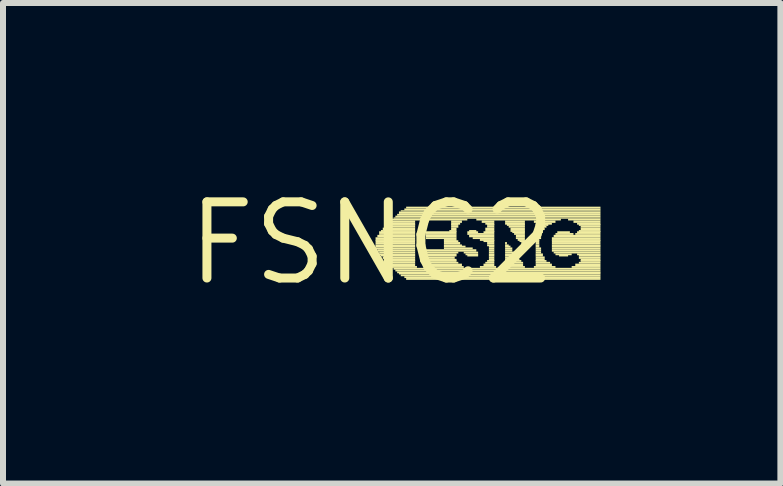
<source format=kicad_pcb>
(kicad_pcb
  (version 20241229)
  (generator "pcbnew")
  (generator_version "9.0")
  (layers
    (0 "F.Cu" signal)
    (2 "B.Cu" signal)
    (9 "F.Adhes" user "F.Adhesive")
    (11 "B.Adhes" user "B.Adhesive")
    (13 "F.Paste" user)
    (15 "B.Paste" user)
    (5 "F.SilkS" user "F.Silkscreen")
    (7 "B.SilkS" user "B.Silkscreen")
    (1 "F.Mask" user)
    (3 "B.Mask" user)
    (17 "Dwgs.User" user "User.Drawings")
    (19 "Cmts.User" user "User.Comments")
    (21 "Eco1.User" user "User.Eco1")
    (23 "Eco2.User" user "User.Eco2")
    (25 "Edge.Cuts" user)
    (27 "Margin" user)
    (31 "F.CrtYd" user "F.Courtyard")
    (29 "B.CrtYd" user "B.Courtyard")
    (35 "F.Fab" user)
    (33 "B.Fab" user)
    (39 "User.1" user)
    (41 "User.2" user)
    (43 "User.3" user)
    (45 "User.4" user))
  (footprint "FSNC2"
    (layer "F.Cu")
    (at 3.152 1.006)
    (property "Reference" "FSNC2" (at 0 0 0) (layer "F.SilkS") (effects (font (size 1.27 1.27) (thickness 0.15))))
    (attr through_hole)
    (fp_poly (pts (xy 0.06 -0.07) (xy 0.72 -0.07) (xy 0.72 -0.1) (xy 0.06 -0.1)) (stroke (width 0) (type solid)) (fill yes) (layer "F.SilkS"))
    (fp_poly (pts (xy 0.06 -0.04) (xy 0.72 -0.04) (xy 0.72 -0.07) (xy 0.06 -0.07)) (stroke (width 0) (type solid)) (fill yes) (layer "F.SilkS"))
    (fp_poly (pts (xy 0.06 -0.02) (xy 0.72 -0.02) (xy 0.72 -0.05) (xy 0.06 -0.05)) (stroke (width 0) (type solid)) (fill yes) (layer "F.SilkS"))
    (fp_poly (pts (xy 0.06 0.02) (xy 0.72 0.02) (xy 0.72 -0.02) (xy 0.06 -0.02)) (stroke (width 0) (type solid)) (fill yes) (layer "F.SilkS"))
    (fp_poly (pts (xy 0.06 0.05) (xy 0.72 0.05) (xy 0.72 0.02) (xy 0.06 0.02)) (stroke (width 0) (type solid)) (fill yes) (layer "F.SilkS"))
    (fp_poly (pts (xy 0.06 0.07) (xy 0.72 0.07) (xy 0.72 0.04) (xy 0.06 0.04)) (stroke (width 0) (type solid)) (fill yes) (layer "F.SilkS"))
    (fp_poly (pts (xy 0.06 0.1) (xy 0.72 0.1) (xy 0.72 0.07) (xy 0.06 0.07)) (stroke (width 0) (type solid)) (fill yes) (layer "F.SilkS"))
    (fp_poly (pts (xy 0.09 -0.1) (xy 0.72 -0.1) (xy 0.72 -0.14) (xy 0.09 -0.14)) (stroke (width 0) (type solid)) (fill yes) (layer "F.SilkS"))
    (fp_poly (pts (xy 0.09 0.14) (xy 0.72 0.14) (xy 0.72 0.1) (xy 0.09 0.1)) (stroke (width 0) (type solid)) (fill yes) (layer "F.SilkS"))
    (fp_poly (pts (xy 0.12 -0.17) (xy 0.72 -0.17) (xy 0.72 -0.2) (xy 0.12 -0.2)) (stroke (width 0) (type solid)) (fill yes) (layer "F.SilkS"))
    (fp_poly (pts (xy 0.12 -0.14) (xy 0.72 -0.14) (xy 0.72 -0.17) (xy 0.12 -0.17)) (stroke (width 0) (type solid)) (fill yes) (layer "F.SilkS"))
    (fp_poly (pts (xy 0.12 0.17) (xy 0.72 0.17) (xy 0.72 0.14) (xy 0.12 0.14)) (stroke (width 0) (type solid)) (fill yes) (layer "F.SilkS"))
    (fp_poly (pts (xy 0.12 0.2) (xy 0.72 0.2) (xy 0.72 0.17) (xy 0.12 0.17)) (stroke (width 0) (type solid)) (fill yes) (layer "F.SilkS"))
    (fp_poly (pts (xy 0.15 -0.19) (xy 0.72 -0.19) (xy 0.72 -0.22) (xy 0.15 -0.22)) (stroke (width 0) (type solid)) (fill yes) (layer "F.SilkS"))
    (fp_poly (pts (xy 0.15 0.22) (xy 0.72 0.22) (xy 0.72 0.19) (xy 0.15 0.19)) (stroke (width 0) (type solid)) (fill yes) (layer "F.SilkS"))
    (fp_poly (pts (xy 0.18 -0.22) (xy 0.72 -0.22) (xy 0.72 -0.26) (xy 0.18 -0.26)) (stroke (width 0) (type solid)) (fill yes) (layer "F.SilkS"))
    (fp_poly (pts (xy 0.18 0.26) (xy 0.72 0.26) (xy 0.72 0.22) (xy 0.18 0.22)) (stroke (width 0) (type solid)) (fill yes) (layer "F.SilkS"))
    (fp_poly (pts (xy 0.21 -0.26) (xy 0.72 -0.26) (xy 0.72 -0.29) (xy 0.21 -0.29)) (stroke (width 0) (type solid)) (fill yes) (layer "F.SilkS"))
    (fp_poly (pts (xy 0.21 0.29) (xy 0.72 0.29) (xy 0.72 0.26) (xy 0.21 0.26)) (stroke (width 0) (type solid)) (fill yes) (layer "F.SilkS"))
    (fp_poly (pts (xy 0.24 -0.29) (xy 0.72 -0.29) (xy 0.72 -0.32) (xy 0.24 -0.32)) (stroke (width 0) (type solid)) (fill yes) (layer "F.SilkS"))
    (fp_poly (pts (xy 0.24 0.31) (xy 0.72 0.31) (xy 0.72 0.28) (xy 0.24 0.28)) (stroke (width 0) (type solid)) (fill yes) (layer "F.SilkS"))
    (fp_poly (pts (xy 0.27 -0.31) (xy 0.72 -0.31) (xy 0.72 -0.34) (xy 0.27 -0.34)) (stroke (width 0) (type solid)) (fill yes) (layer "F.SilkS"))
    (fp_poly (pts (xy 0.27 0.34) (xy 0.72 0.34) (xy 0.72 0.31) (xy 0.27 0.31)) (stroke (width 0) (type solid)) (fill yes) (layer "F.SilkS"))
    (fp_poly (pts (xy 0.3 -0.34) (xy 0.72 -0.34) (xy 0.72 -0.38) (xy 0.3 -0.38)) (stroke (width 0) (type solid)) (fill yes) (layer "F.SilkS"))
    (fp_poly (pts (xy 0.3 0.38) (xy 0.72 0.38) (xy 0.72 0.34) (xy 0.3 0.34)) (stroke (width 0) (type solid)) (fill yes) (layer "F.SilkS"))
    (fp_poly (pts (xy 0.33 -0.38) (xy 1.59 -0.38) (xy 1.59 -0.41) (xy 0.33 -0.41)) (stroke (width 0) (type solid)) (fill yes) (layer "F.SilkS"))
    (fp_poly (pts (xy 0.33 0.41) (xy 0.75 0.41) (xy 0.75 0.38) (xy 0.33 0.38)) (stroke (width 0) (type solid)) (fill yes) (layer "F.SilkS"))
    (fp_poly (pts (xy 0.36 -0.41) (xy 3.81 -0.41) (xy 3.81 -0.43) (xy 0.36 -0.43)) (stroke (width 0) (type solid)) (fill yes) (layer "F.SilkS"))
    (fp_poly (pts (xy 0.36 0.44) (xy 3.81 0.44) (xy 3.81 0.41) (xy 0.36 0.41)) (stroke (width 0) (type solid)) (fill yes) (layer "F.SilkS"))
    (fp_poly (pts (xy 0.39 -0.43) (xy 3.81 -0.43) (xy 3.81 -0.46) (xy 0.39 -0.46)) (stroke (width 0) (type solid)) (fill yes) (layer "F.SilkS"))
    (fp_poly (pts (xy 0.39 0.47) (xy 3.81 0.47) (xy 3.81 0.44) (xy 0.39 0.44)) (stroke (width 0) (type solid)) (fill yes) (layer "F.SilkS"))
    (fp_poly (pts (xy 0.42 -0.46) (xy 3.81 -0.46) (xy 3.81 -0.49) (xy 0.42 -0.49)) (stroke (width 0) (type solid)) (fill yes) (layer "F.SilkS"))
    (fp_poly (pts (xy 0.42 0.5) (xy 3.81 0.5) (xy 3.81 0.47) (xy 0.42 0.47)) (stroke (width 0) (type solid)) (fill yes) (layer "F.SilkS"))
    (fp_poly (pts (xy 0.45 -0.49) (xy 3.81 -0.49) (xy 3.81 -0.53) (xy 0.45 -0.53)) (stroke (width 0) (type solid)) (fill yes) (layer "F.SilkS"))
    (fp_poly (pts (xy 0.45 0.52) (xy 3.81 0.52) (xy 3.81 0.49) (xy 0.45 0.49)) (stroke (width 0) (type solid)) (fill yes) (layer "F.SilkS"))
    (fp_poly (pts (xy 0.48 -0.53) (xy 3.81 -0.53) (xy 3.81 -0.55) (xy 0.48 -0.55)) (stroke (width 0) (type solid)) (fill yes) (layer "F.SilkS"))
    (fp_poly (pts (xy 0.48 0.55) (xy 3.81 0.55) (xy 3.81 0.52) (xy 0.48 0.52)) (stroke (width 0) (type solid)) (fill yes) (layer "F.SilkS"))
    (fp_poly (pts (xy 0.54 -0.55) (xy 3.81 -0.55) (xy 3.81 -0.58) (xy 0.54 -0.58)) (stroke (width 0) (type solid)) (fill yes) (layer "F.SilkS"))
    (fp_poly (pts (xy 0.54 0.58) (xy 3.81 0.58) (xy 3.81 0.55) (xy 0.54 0.55)) (stroke (width 0) (type solid)) (fill yes) (layer "F.SilkS"))
    (fp_poly (pts (xy 0.57 -0.58) (xy 3.81 -0.58) (xy 3.81 -0.61) (xy 0.57 -0.61)) (stroke (width 0) (type solid)) (fill yes) (layer "F.SilkS"))
    (fp_poly (pts (xy 0.57 0.61) (xy 3.81 0.61) (xy 3.81 0.58) (xy 0.57 0.58)) (stroke (width 0) (type solid)) (fill yes) (layer "F.SilkS"))
    (fp_poly (pts (xy 0.87 0.41) (xy 1.53 0.41) (xy 1.53 0.38) (xy 0.87 0.38)) (stroke (width 0) (type solid)) (fill yes) (layer "F.SilkS"))
    (fp_poly (pts (xy 0.9 -0.17) (xy 1.41 -0.17) (xy 1.41 -0.2) (xy 0.9 -0.2)) (stroke (width 0) (type solid)) (fill yes) (layer "F.SilkS"))
    (fp_poly (pts (xy 0.9 -0.14) (xy 1.41 -0.14) (xy 1.41 -0.17) (xy 0.9 -0.17)) (stroke (width 0) (type solid)) (fill yes) (layer "F.SilkS"))
    (fp_poly (pts (xy 0.9 -0.1) (xy 1.41 -0.1) (xy 1.41 -0.14) (xy 0.9 -0.14)) (stroke (width 0) (type solid)) (fill yes) (layer "F.SilkS"))
    (fp_poly (pts (xy 0.9 -0.07) (xy 1.41 -0.07) (xy 1.41 -0.1) (xy 0.9 -0.1)) (stroke (width 0) (type solid)) (fill yes) (layer "F.SilkS"))
    (fp_poly (pts (xy 0.9 0.14) (xy 1.74 0.14) (xy 1.74 0.1) (xy 0.9 0.1)) (stroke (width 0) (type solid)) (fill yes) (layer "F.SilkS"))
    (fp_poly (pts (xy 0.9 0.17) (xy 1.44 0.17) (xy 1.44 0.14) (xy 0.9 0.14)) (stroke (width 0) (type solid)) (fill yes) (layer "F.SilkS"))
    (fp_poly (pts (xy 0.9 0.2) (xy 1.41 0.2) (xy 1.41 0.17) (xy 0.9 0.17)) (stroke (width 0) (type solid)) (fill yes) (layer "F.SilkS"))
    (fp_poly (pts (xy 0.9 0.22) (xy 1.41 0.22) (xy 1.41 0.19) (xy 0.9 0.19)) (stroke (width 0) (type solid)) (fill yes) (layer "F.SilkS"))
    (fp_poly (pts (xy 0.9 0.26) (xy 1.38 0.26) (xy 1.38 0.22) (xy 0.9 0.22)) (stroke (width 0) (type solid)) (fill yes) (layer "F.SilkS"))
    (fp_poly (pts (xy 0.9 0.29) (xy 1.41 0.29) (xy 1.41 0.26) (xy 0.9 0.26)) (stroke (width 0) (type solid)) (fill yes) (layer "F.SilkS"))
    (fp_poly (pts (xy 0.9 0.31) (xy 1.41 0.31) (xy 1.41 0.28) (xy 0.9 0.28)) (stroke (width 0) (type solid)) (fill yes) (layer "F.SilkS"))
    (fp_poly (pts (xy 0.9 0.34) (xy 1.44 0.34) (xy 1.44 0.31) (xy 0.9 0.31)) (stroke (width 0) (type solid)) (fill yes) (layer "F.SilkS"))
    (fp_poly (pts (xy 0.9 0.38) (xy 1.5 0.38) (xy 1.5 0.34) (xy 0.9 0.34)) (stroke (width 0) (type solid)) (fill yes) (layer "F.SilkS"))
    (fp_poly (pts (xy 1.2 -0.04) (xy 1.41 -0.04) (xy 1.41 -0.07) (xy 1.2 -0.07)) (stroke (width 0) (type solid)) (fill yes) (layer "F.SilkS"))
    (fp_poly (pts (xy 1.2 -0.02) (xy 1.44 -0.02) (xy 1.44 -0.05) (xy 1.2 -0.05)) (stroke (width 0) (type solid)) (fill yes) (layer "F.SilkS"))
    (fp_poly (pts (xy 1.2 0.02) (xy 1.47 0.02) (xy 1.47 -0.02) (xy 1.2 -0.02)) (stroke (width 0) (type solid)) (fill yes) (layer "F.SilkS"))
    (fp_poly (pts (xy 1.2 0.05) (xy 1.5 0.05) (xy 1.5 0.02) (xy 1.2 0.02)) (stroke (width 0) (type solid)) (fill yes) (layer "F.SilkS"))
    (fp_poly (pts (xy 1.2 0.07) (xy 1.56 0.07) (xy 1.56 0.04) (xy 1.2 0.04)) (stroke (width 0) (type solid)) (fill yes) (layer "F.SilkS"))
    (fp_poly (pts (xy 1.2 0.1) (xy 1.68 0.1) (xy 1.68 0.07) (xy 1.2 0.07)) (stroke (width 0) (type solid)) (fill yes) (layer "F.SilkS"))
    (fp_poly (pts (xy 1.29 -0.19) (xy 1.41 -0.19) (xy 1.41 -0.22) (xy 1.29 -0.22)) (stroke (width 0) (type solid)) (fill yes) (layer "F.SilkS"))
    (fp_poly (pts (xy 1.32 -0.34) (xy 1.5 -0.34) (xy 1.5 -0.38) (xy 1.32 -0.38)) (stroke (width 0) (type solid)) (fill yes) (layer "F.SilkS"))
    (fp_poly (pts (xy 1.32 -0.31) (xy 1.47 -0.31) (xy 1.47 -0.34) (xy 1.32 -0.34)) (stroke (width 0) (type solid)) (fill yes) (layer "F.SilkS"))
    (fp_poly (pts (xy 1.32 -0.29) (xy 1.44 -0.29) (xy 1.44 -0.32) (xy 1.32 -0.32)) (stroke (width 0) (type solid)) (fill yes) (layer "F.SilkS"))
    (fp_poly (pts (xy 1.32 -0.26) (xy 1.44 -0.26) (xy 1.44 -0.29) (xy 1.32 -0.29)) (stroke (width 0) (type solid)) (fill yes) (layer "F.SilkS"))
    (fp_poly (pts (xy 1.32 -0.22) (xy 1.41 -0.22) (xy 1.41 -0.26) (xy 1.32 -0.26)) (stroke (width 0) (type solid)) (fill yes) (layer "F.SilkS"))
    (fp_poly (pts (xy 1.53 0.17) (xy 1.77 0.17) (xy 1.77 0.14) (xy 1.53 0.14)) (stroke (width 0) (type solid)) (fill yes) (layer "F.SilkS"))
    (fp_poly (pts (xy 1.56 0.2) (xy 1.77 0.2) (xy 1.77 0.17) (xy 1.56 0.17)) (stroke (width 0) (type solid)) (fill yes) (layer "F.SilkS"))
    (fp_poly (pts (xy 1.59 -0.17) (xy 1.77 -0.17) (xy 1.77 -0.2) (xy 1.59 -0.2)) (stroke (width 0) (type solid)) (fill yes) (layer "F.SilkS"))
    (fp_poly (pts (xy 1.59 -0.14) (xy 2.04 -0.14) (xy 2.04 -0.17) (xy 1.59 -0.17)) (stroke (width 0) (type solid)) (fill yes) (layer "F.SilkS"))
    (fp_poly (pts (xy 1.59 0.22) (xy 1.77 0.22) (xy 1.77 0.19) (xy 1.59 0.19)) (stroke (width 0) (type solid)) (fill yes) (layer "F.SilkS"))
    (fp_poly (pts (xy 1.62 -0.19) (xy 1.74 -0.19) (xy 1.74 -0.22) (xy 1.62 -0.22)) (stroke (width 0) (type solid)) (fill yes) (layer "F.SilkS"))
    (fp_poly (pts (xy 1.62 -0.1) (xy 2.04 -0.1) (xy 2.04 -0.14) (xy 1.62 -0.14)) (stroke (width 0) (type solid)) (fill yes) (layer "F.SilkS"))
    (fp_poly (pts (xy 1.68 -0.07) (xy 2.04 -0.07) (xy 2.04 -0.1) (xy 1.68 -0.1)) (stroke (width 0) (type solid)) (fill yes) (layer "F.SilkS"))
    (fp_poly (pts (xy 1.74 -0.38) (xy 3.15 -0.38) (xy 3.15 -0.41) (xy 1.74 -0.41)) (stroke (width 0) (type solid)) (fill yes) (layer "F.SilkS"))
    (fp_poly (pts (xy 1.8 -0.04) (xy 2.04 -0.04) (xy 2.04 -0.07) (xy 1.8 -0.07)) (stroke (width 0) (type solid)) (fill yes) (layer "F.SilkS"))
    (fp_poly (pts (xy 1.8 0.41) (xy 2.07 0.41) (xy 2.07 0.38) (xy 1.8 0.38)) (stroke (width 0) (type solid)) (fill yes) (layer "F.SilkS"))
    (fp_poly (pts (xy 1.83 -0.34) (xy 2.04 -0.34) (xy 2.04 -0.38) (xy 1.83 -0.38)) (stroke (width 0) (type solid)) (fill yes) (layer "F.SilkS"))
    (fp_poly (pts (xy 1.86 -0.17) (xy 2.04 -0.17) (xy 2.04 -0.2) (xy 1.86 -0.2)) (stroke (width 0) (type solid)) (fill yes) (layer "F.SilkS"))
    (fp_poly (pts (xy 1.86 -0.02) (xy 2.04 -0.02) (xy 2.04 -0.05) (xy 1.86 -0.05)) (stroke (width 0) (type solid)) (fill yes) (layer "F.SilkS"))
    (fp_poly (pts (xy 1.86 0.38) (xy 2.04 0.38) (xy 2.04 0.34) (xy 1.86 0.34)) (stroke (width 0) (type solid)) (fill yes) (layer "F.SilkS"))
    (fp_poly (pts (xy 1.89 -0.31) (xy 2.04 -0.31) (xy 2.04 -0.34) (xy 1.89 -0.34)) (stroke (width 0) (type solid)) (fill yes) (layer "F.SilkS"))
    (fp_poly (pts (xy 1.89 -0.22) (xy 2.04 -0.22) (xy 2.04 -0.26) (xy 1.89 -0.26)) (stroke (width 0) (type solid)) (fill yes) (layer "F.SilkS"))
    (fp_poly (pts (xy 1.89 -0.19) (xy 2.04 -0.19) (xy 2.04 -0.22) (xy 1.89 -0.22)) (stroke (width 0) (type solid)) (fill yes) (layer "F.SilkS"))
    (fp_poly (pts (xy 1.89 0.34) (xy 2.04 0.34) (xy 2.04 0.31) (xy 1.89 0.31)) (stroke (width 0) (type solid)) (fill yes) (layer "F.SilkS"))
    (fp_poly (pts (xy 1.92 -0.29) (xy 2.04 -0.29) (xy 2.04 -0.32) (xy 1.92 -0.32)) (stroke (width 0) (type solid)) (fill yes) (layer "F.SilkS"))
    (fp_poly (pts (xy 1.92 -0.26) (xy 2.04 -0.26) (xy 2.04 -0.29) (xy 1.92 -0.29)) (stroke (width 0) (type solid)) (fill yes) (layer "F.SilkS"))
    (fp_poly (pts (xy 1.92 0.02) (xy 2.04 0.02) (xy 2.04 -0.02) (xy 1.92 -0.02)) (stroke (width 0) (type solid)) (fill yes) (layer "F.SilkS"))
    (fp_poly (pts (xy 1.92 0.05) (xy 2.04 0.05) (xy 2.04 0.02) (xy 1.92 0.02)) (stroke (width 0) (type solid)) (fill yes) (layer "F.SilkS"))
    (fp_poly (pts (xy 1.92 0.31) (xy 2.04 0.31) (xy 2.04 0.28) (xy 1.92 0.28)) (stroke (width 0) (type solid)) (fill yes) (layer "F.SilkS"))
    (fp_poly (pts (xy 1.95 0.07) (xy 2.04 0.07) (xy 2.04 0.04) (xy 1.95 0.04)) (stroke (width 0) (type solid)) (fill yes) (layer "F.SilkS"))
    (fp_poly (pts (xy 1.95 0.1) (xy 2.04 0.1) (xy 2.04 0.07) (xy 1.95 0.07)) (stroke (width 0) (type solid)) (fill yes) (layer "F.SilkS"))
    (fp_poly (pts (xy 1.95 0.14) (xy 2.04 0.14) (xy 2.04 0.1) (xy 1.95 0.1)) (stroke (width 0) (type solid)) (fill yes) (layer "F.SilkS"))
    (fp_poly (pts (xy 1.95 0.17) (xy 2.04 0.17) (xy 2.04 0.14) (xy 1.95 0.14)) (stroke (width 0) (type solid)) (fill yes) (layer "F.SilkS"))
    (fp_poly (pts (xy 1.95 0.2) (xy 2.04 0.2) (xy 2.04 0.17) (xy 1.95 0.17)) (stroke (width 0) (type solid)) (fill yes) (layer "F.SilkS"))
    (fp_poly (pts (xy 1.95 0.22) (xy 2.04 0.22) (xy 2.04 0.19) (xy 1.95 0.19)) (stroke (width 0) (type solid)) (fill yes) (layer "F.SilkS"))
    (fp_poly (pts (xy 1.95 0.26) (xy 2.04 0.26) (xy 2.04 0.22) (xy 1.95 0.22)) (stroke (width 0) (type solid)) (fill yes) (layer "F.SilkS"))
    (fp_poly (pts (xy 1.95 0.29) (xy 2.04 0.29) (xy 2.04 0.26) (xy 1.95 0.26)) (stroke (width 0) (type solid)) (fill yes) (layer "F.SilkS"))
    (fp_poly (pts (xy 2.19 0.41) (xy 2.55 0.41) (xy 2.55 0.38) (xy 2.19 0.38)) (stroke (width 0) (type solid)) (fill yes) (layer "F.SilkS"))
    (fp_poly (pts (xy 2.22 -0.34) (xy 2.55 -0.34) (xy 2.55 -0.38) (xy 2.22 -0.38)) (stroke (width 0) (type solid)) (fill yes) (layer "F.SilkS"))
    (fp_poly (pts (xy 2.22 -0.31) (xy 2.55 -0.31) (xy 2.55 -0.34) (xy 2.22 -0.34)) (stroke (width 0) (type solid)) (fill yes) (layer "F.SilkS"))
    (fp_poly (pts (xy 2.22 0.02) (xy 2.25 0.02) (xy 2.25 -0.02) (xy 2.22 -0.02)) (stroke (width 0) (type solid)) (fill yes) (layer "F.SilkS"))
    (fp_poly (pts (xy 2.22 0.05) (xy 2.28 0.05) (xy 2.28 0.02) (xy 2.22 0.02)) (stroke (width 0) (type solid)) (fill yes) (layer "F.SilkS"))
    (fp_poly (pts (xy 2.22 0.07) (xy 2.31 0.07) (xy 2.31 0.04) (xy 2.22 0.04)) (stroke (width 0) (type solid)) (fill yes) (layer "F.SilkS"))
    (fp_poly (pts (xy 2.22 0.1) (xy 2.34 0.1) (xy 2.34 0.07) (xy 2.22 0.07)) (stroke (width 0) (type solid)) (fill yes) (layer "F.SilkS"))
    (fp_poly (pts (xy 2.22 0.14) (xy 2.34 0.14) (xy 2.34 0.1) (xy 2.22 0.1)) (stroke (width 0) (type solid)) (fill yes) (layer "F.SilkS"))
    (fp_poly (pts (xy 2.22 0.17) (xy 2.37 0.17) (xy 2.37 0.14) (xy 2.22 0.14)) (stroke (width 0) (type solid)) (fill yes) (layer "F.SilkS"))
    (fp_poly (pts (xy 2.22 0.2) (xy 2.4 0.2) (xy 2.4 0.17) (xy 2.22 0.17)) (stroke (width 0) (type solid)) (fill yes) (layer "F.SilkS"))
    (fp_poly (pts (xy 2.22 0.22) (xy 2.43 0.22) (xy 2.43 0.19) (xy 2.22 0.19)) (stroke (width 0) (type solid)) (fill yes) (layer "F.SilkS"))
    (fp_poly (pts (xy 2.22 0.26) (xy 2.43 0.26) (xy 2.43 0.22) (xy 2.22 0.22)) (stroke (width 0) (type solid)) (fill yes) (layer "F.SilkS"))
    (fp_poly (pts (xy 2.22 0.29) (xy 2.46 0.29) (xy 2.46 0.26) (xy 2.22 0.26)) (stroke (width 0) (type solid)) (fill yes) (layer "F.SilkS"))
    (fp_poly (pts (xy 2.22 0.31) (xy 2.49 0.31) (xy 2.49 0.28) (xy 2.22 0.28)) (stroke (width 0) (type solid)) (fill yes) (layer "F.SilkS"))
    (fp_poly (pts (xy 2.22 0.34) (xy 2.52 0.34) (xy 2.52 0.31) (xy 2.22 0.31)) (stroke (width 0) (type solid)) (fill yes) (layer "F.SilkS"))
    (fp_poly (pts (xy 2.22 0.38) (xy 2.52 0.38) (xy 2.52 0.34) (xy 2.22 0.34)) (stroke (width 0) (type solid)) (fill yes) (layer "F.SilkS"))
    (fp_poly (pts (xy 2.25 -0.29) (xy 2.55 -0.29) (xy 2.55 -0.32) (xy 2.25 -0.32)) (stroke (width 0) (type solid)) (fill yes) (layer "F.SilkS"))
    (fp_poly (pts (xy 2.28 -0.26) (xy 2.55 -0.26) (xy 2.55 -0.29) (xy 2.28 -0.29)) (stroke (width 0) (type solid)) (fill yes) (layer "F.SilkS"))
    (fp_poly (pts (xy 2.31 -0.22) (xy 2.55 -0.22) (xy 2.55 -0.26) (xy 2.31 -0.26)) (stroke (width 0) (type solid)) (fill yes) (layer "F.SilkS"))
    (fp_poly (pts (xy 2.31 -0.19) (xy 2.55 -0.19) (xy 2.55 -0.22) (xy 2.31 -0.22)) (stroke (width 0) (type solid)) (fill yes) (layer "F.SilkS"))
    (fp_poly (pts (xy 2.34 -0.17) (xy 2.55 -0.17) (xy 2.55 -0.2) (xy 2.34 -0.2)) (stroke (width 0) (type solid)) (fill yes) (layer "F.SilkS"))
    (fp_poly (pts (xy 2.37 -0.14) (xy 2.55 -0.14) (xy 2.55 -0.17) (xy 2.37 -0.17)) (stroke (width 0) (type solid)) (fill yes) (layer "F.SilkS"))
    (fp_poly (pts (xy 2.4 -0.1) (xy 2.55 -0.1) (xy 2.55 -0.14) (xy 2.4 -0.14)) (stroke (width 0) (type solid)) (fill yes) (layer "F.SilkS"))
    (fp_poly (pts (xy 2.4 -0.07) (xy 2.55 -0.07) (xy 2.55 -0.1) (xy 2.4 -0.1)) (stroke (width 0) (type solid)) (fill yes) (layer "F.SilkS"))
    (fp_poly (pts (xy 2.43 -0.04) (xy 2.55 -0.04) (xy 2.55 -0.07) (xy 2.43 -0.07)) (stroke (width 0) (type solid)) (fill yes) (layer "F.SilkS"))
    (fp_poly (pts (xy 2.46 -0.02) (xy 2.55 -0.02) (xy 2.55 -0.05) (xy 2.46 -0.05)) (stroke (width 0) (type solid)) (fill yes) (layer "F.SilkS"))
    (fp_poly (pts (xy 2.49 0.02) (xy 2.55 0.02) (xy 2.55 -0.02) (xy 2.49 -0.02)) (stroke (width 0) (type solid)) (fill yes) (layer "F.SilkS"))
    (fp_poly (pts (xy 2.49 0.05) (xy 2.55 0.05) (xy 2.55 0.02) (xy 2.49 0.02)) (stroke (width 0) (type solid)) (fill yes) (layer "F.SilkS"))
    (fp_poly (pts (xy 2.7 -0.34) (xy 3.06 -0.34) (xy 3.06 -0.38) (xy 2.7 -0.38)) (stroke (width 0) (type solid)) (fill yes) (layer "F.SilkS"))
    (fp_poly (pts (xy 2.7 0.41) (xy 3.06 0.41) (xy 3.06 0.38) (xy 2.7 0.38)) (stroke (width 0) (type solid)) (fill yes) (layer "F.SilkS"))
    (fp_poly (pts (xy 2.73 -0.31) (xy 3 -0.31) (xy 3 -0.34) (xy 2.73 -0.34)) (stroke (width 0) (type solid)) (fill yes) (layer "F.SilkS"))
    (fp_poly (pts (xy 2.73 -0.29) (xy 2.94 -0.29) (xy 2.94 -0.32) (xy 2.73 -0.32)) (stroke (width 0) (type solid)) (fill yes) (layer "F.SilkS"))
    (fp_poly (pts (xy 2.73 -0.26) (xy 2.91 -0.26) (xy 2.91 -0.29) (xy 2.73 -0.29)) (stroke (width 0) (type solid)) (fill yes) (layer "F.SilkS"))
    (fp_poly (pts (xy 2.73 -0.22) (xy 2.88 -0.22) (xy 2.88 -0.26) (xy 2.73 -0.26)) (stroke (width 0) (type solid)) (fill yes) (layer "F.SilkS"))
    (fp_poly (pts (xy 2.73 -0.19) (xy 2.85 -0.19) (xy 2.85 -0.22) (xy 2.73 -0.22)) (stroke (width 0) (type solid)) (fill yes) (layer "F.SilkS"))
    (fp_poly (pts (xy 2.73 -0.17) (xy 2.85 -0.17) (xy 2.85 -0.2) (xy 2.73 -0.2)) (stroke (width 0) (type solid)) (fill yes) (layer "F.SilkS"))
    (fp_poly (pts (xy 2.73 -0.14) (xy 2.82 -0.14) (xy 2.82 -0.17) (xy 2.73 -0.17)) (stroke (width 0) (type solid)) (fill yes) (layer "F.SilkS"))
    (fp_poly (pts (xy 2.73 -0.1) (xy 2.82 -0.1) (xy 2.82 -0.14) (xy 2.73 -0.14)) (stroke (width 0) (type solid)) (fill yes) (layer "F.SilkS"))
    (fp_poly (pts (xy 2.73 -0.07) (xy 2.82 -0.07) (xy 2.82 -0.1) (xy 2.73 -0.1)) (stroke (width 0) (type solid)) (fill yes) (layer "F.SilkS"))
    (fp_poly (pts (xy 2.73 -0.04) (xy 2.79 -0.04) (xy 2.79 -0.07) (xy 2.73 -0.07)) (stroke (width 0) (type solid)) (fill yes) (layer "F.SilkS"))
    (fp_poly (pts (xy 2.73 -0.02) (xy 2.79 -0.02) (xy 2.79 -0.05) (xy 2.73 -0.05)) (stroke (width 0) (type solid)) (fill yes) (layer "F.SilkS"))
    (fp_poly (pts (xy 2.73 0.02) (xy 2.79 0.02) (xy 2.79 -0.02) (xy 2.73 -0.02)) (stroke (width 0) (type solid)) (fill yes) (layer "F.SilkS"))
    (fp_poly (pts (xy 2.73 0.05) (xy 2.79 0.05) (xy 2.79 0.02) (xy 2.73 0.02)) (stroke (width 0) (type solid)) (fill yes) (layer "F.SilkS"))
    (fp_poly (pts (xy 2.73 0.07) (xy 2.79 0.07) (xy 2.79 0.04) (xy 2.73 0.04)) (stroke (width 0) (type solid)) (fill yes) (layer "F.SilkS"))
    (fp_poly (pts (xy 2.73 0.1) (xy 2.82 0.1) (xy 2.82 0.07) (xy 2.73 0.07)) (stroke (width 0) (type solid)) (fill yes) (layer "F.SilkS"))
    (fp_poly (pts (xy 2.73 0.14) (xy 2.82 0.14) (xy 2.82 0.1) (xy 2.73 0.1)) (stroke (width 0) (type solid)) (fill yes) (layer "F.SilkS"))
    (fp_poly (pts (xy 2.73 0.17) (xy 2.82 0.17) (xy 2.82 0.14) (xy 2.73 0.14)) (stroke (width 0) (type solid)) (fill yes) (layer "F.SilkS"))
    (fp_poly (pts (xy 2.73 0.2) (xy 2.85 0.2) (xy 2.85 0.17) (xy 2.73 0.17)) (stroke (width 0) (type solid)) (fill yes) (layer "F.SilkS"))
    (fp_poly (pts (xy 2.73 0.22) (xy 2.85 0.22) (xy 2.85 0.19) (xy 2.73 0.19)) (stroke (width 0) (type solid)) (fill yes) (layer "F.SilkS"))
    (fp_poly (pts (xy 2.73 0.26) (xy 2.88 0.26) (xy 2.88 0.22) (xy 2.73 0.22)) (stroke (width 0) (type solid)) (fill yes) (layer "F.SilkS"))
    (fp_poly (pts (xy 2.73 0.29) (xy 2.88 0.29) (xy 2.88 0.26) (xy 2.73 0.26)) (stroke (width 0) (type solid)) (fill yes) (layer "F.SilkS"))
    (fp_poly (pts (xy 2.73 0.31) (xy 2.91 0.31) (xy 2.91 0.28) (xy 2.73 0.28)) (stroke (width 0) (type solid)) (fill yes) (layer "F.SilkS"))
    (fp_poly (pts (xy 2.73 0.34) (xy 2.97 0.34) (xy 2.97 0.31) (xy 2.73 0.31)) (stroke (width 0) (type solid)) (fill yes) (layer "F.SilkS"))
    (fp_poly (pts (xy 2.73 0.38) (xy 3 0.38) (xy 3 0.34) (xy 2.73 0.34)) (stroke (width 0) (type solid)) (fill yes) (layer "F.SilkS"))
    (fp_poly (pts (xy 3 -0.07) (xy 3.81 -0.07) (xy 3.81 -0.1) (xy 3 -0.1)) (stroke (width 0) (type solid)) (fill yes) (layer "F.SilkS"))
    (fp_poly (pts (xy 3 -0.04) (xy 3.81 -0.04) (xy 3.81 -0.07) (xy 3 -0.07)) (stroke (width 0) (type solid)) (fill yes) (layer "F.SilkS"))
    (fp_poly (pts (xy 3 -0.02) (xy 3.81 -0.02) (xy 3.81 -0.05) (xy 3 -0.05)) (stroke (width 0) (type solid)) (fill yes) (layer "F.SilkS"))
    (fp_poly (pts (xy 3 0.02) (xy 3.81 0.02) (xy 3.81 -0.02) (xy 3 -0.02)) (stroke (width 0) (type solid)) (fill yes) (layer "F.SilkS"))
    (fp_poly (pts (xy 3 0.05) (xy 3.81 0.05) (xy 3.81 0.02) (xy 3 0.02)) (stroke (width 0) (type solid)) (fill yes) (layer "F.SilkS"))
    (fp_poly (pts (xy 3 0.07) (xy 3.81 0.07) (xy 3.81 0.04) (xy 3 0.04)) (stroke (width 0) (type solid)) (fill yes) (layer "F.SilkS"))
    (fp_poly (pts (xy 3 0.1) (xy 3.81 0.1) (xy 3.81 0.07) (xy 3 0.07)) (stroke (width 0) (type solid)) (fill yes) (layer "F.SilkS"))
    (fp_poly (pts (xy 3 0.14) (xy 3.81 0.14) (xy 3.81 0.1) (xy 3 0.1)) (stroke (width 0) (type solid)) (fill yes) (layer "F.SilkS"))
    (fp_poly (pts (xy 3.03 -0.1) (xy 3.81 -0.1) (xy 3.81 -0.14) (xy 3.03 -0.14)) (stroke (width 0) (type solid)) (fill yes) (layer "F.SilkS"))
    (fp_poly (pts (xy 3.03 0.17) (xy 3.81 0.17) (xy 3.81 0.14) (xy 3.03 0.14)) (stroke (width 0) (type solid)) (fill yes) (layer "F.SilkS"))
    (fp_poly (pts (xy 3.06 -0.14) (xy 3.36 -0.14) (xy 3.36 -0.17) (xy 3.06 -0.17)) (stroke (width 0) (type solid)) (fill yes) (layer "F.SilkS"))
    (fp_poly (pts (xy 3.06 0.2) (xy 3.33 0.2) (xy 3.33 0.17) (xy 3.06 0.17)) (stroke (width 0) (type solid)) (fill yes) (layer "F.SilkS"))
    (fp_poly (pts (xy 3.09 -0.17) (xy 3.3 -0.17) (xy 3.3 -0.2) (xy 3.09 -0.2)) (stroke (width 0) (type solid)) (fill yes) (layer "F.SilkS"))
    (fp_poly (pts (xy 3.12 0.22) (xy 3.27 0.22) (xy 3.27 0.19) (xy 3.12 0.19)) (stroke (width 0) (type solid)) (fill yes) (layer "F.SilkS"))
    (fp_poly (pts (xy 3.27 -0.38) (xy 3.81 -0.38) (xy 3.81 -0.41) (xy 3.27 -0.41)) (stroke (width 0) (type solid)) (fill yes) (layer "F.SilkS"))
    (fp_poly (pts (xy 3.33 0.41) (xy 3.81 0.41) (xy 3.81 0.38) (xy 3.33 0.38)) (stroke (width 0) (type solid)) (fill yes) (layer "F.SilkS"))
    (fp_poly (pts (xy 3.36 -0.34) (xy 3.81 -0.34) (xy 3.81 -0.38) (xy 3.36 -0.38)) (stroke (width 0) (type solid)) (fill yes) (layer "F.SilkS"))
    (fp_poly (pts (xy 3.39 -0.14) (xy 3.81 -0.14) (xy 3.81 -0.17) (xy 3.39 -0.17)) (stroke (width 0) (type solid)) (fill yes) (layer "F.SilkS"))
    (fp_poly (pts (xy 3.39 0.38) (xy 3.81 0.38) (xy 3.81 0.34) (xy 3.39 0.34)) (stroke (width 0) (type solid)) (fill yes) (layer "F.SilkS"))
    (fp_poly (pts (xy 3.42 -0.31) (xy 3.81 -0.31) (xy 3.81 -0.34) (xy 3.42 -0.34)) (stroke (width 0) (type solid)) (fill yes) (layer "F.SilkS"))
    (fp_poly (pts (xy 3.42 -0.17) (xy 3.81 -0.17) (xy 3.81 -0.2) (xy 3.42 -0.2)) (stroke (width 0) (type solid)) (fill yes) (layer "F.SilkS"))
    (fp_poly (pts (xy 3.42 0.2) (xy 3.81 0.2) (xy 3.81 0.17) (xy 3.42 0.17)) (stroke (width 0) (type solid)) (fill yes) (layer "F.SilkS"))
    (fp_poly (pts (xy 3.45 -0.29) (xy 3.81 -0.29) (xy 3.81 -0.32) (xy 3.45 -0.32)) (stroke (width 0) (type solid)) (fill yes) (layer "F.SilkS"))
    (fp_poly (pts (xy 3.45 -0.19) (xy 3.81 -0.19) (xy 3.81 -0.22) (xy 3.45 -0.22)) (stroke (width 0) (type solid)) (fill yes) (layer "F.SilkS"))
    (fp_poly (pts (xy 3.45 0.22) (xy 3.81 0.22) (xy 3.81 0.19) (xy 3.45 0.19)) (stroke (width 0) (type solid)) (fill yes) (layer "F.SilkS"))
    (fp_poly (pts (xy 3.45 0.26) (xy 3.81 0.26) (xy 3.81 0.22) (xy 3.45 0.22)) (stroke (width 0) (type solid)) (fill yes) (layer "F.SilkS"))
    (fp_poly (pts (xy 3.45 0.34) (xy 3.81 0.34) (xy 3.81 0.31) (xy 3.45 0.31)) (stroke (width 0) (type solid)) (fill yes) (layer "F.SilkS"))
    (fp_poly (pts (xy 3.48 -0.26) (xy 3.81 -0.26) (xy 3.81 -0.29) (xy 3.48 -0.29)) (stroke (width 0) (type solid)) (fill yes) (layer "F.SilkS"))
    (fp_poly (pts (xy 3.48 -0.22) (xy 3.81 -0.22) (xy 3.81 -0.26) (xy 3.48 -0.26)) (stroke (width 0) (type solid)) (fill yes) (layer "F.SilkS"))
    (fp_poly (pts (xy 3.48 0.29) (xy 3.81 0.29) (xy 3.81 0.26) (xy 3.48 0.26)) (stroke (width 0) (type solid)) (fill yes) (layer "F.SilkS"))
    (fp_poly (pts (xy 3.48 0.31) (xy 3.81 0.31) (xy 3.81 0.28) (xy 3.48 0.28)) (stroke (width 0) (type solid)) (fill yes) (layer "F.SilkS")))
  (gr_rect
    (start -3 -3)
    (end 9.962 5.012)
    (stroke (width 0.1) (type default))
    (fill no)
    (layer "Edge.Cuts")))
</source>
